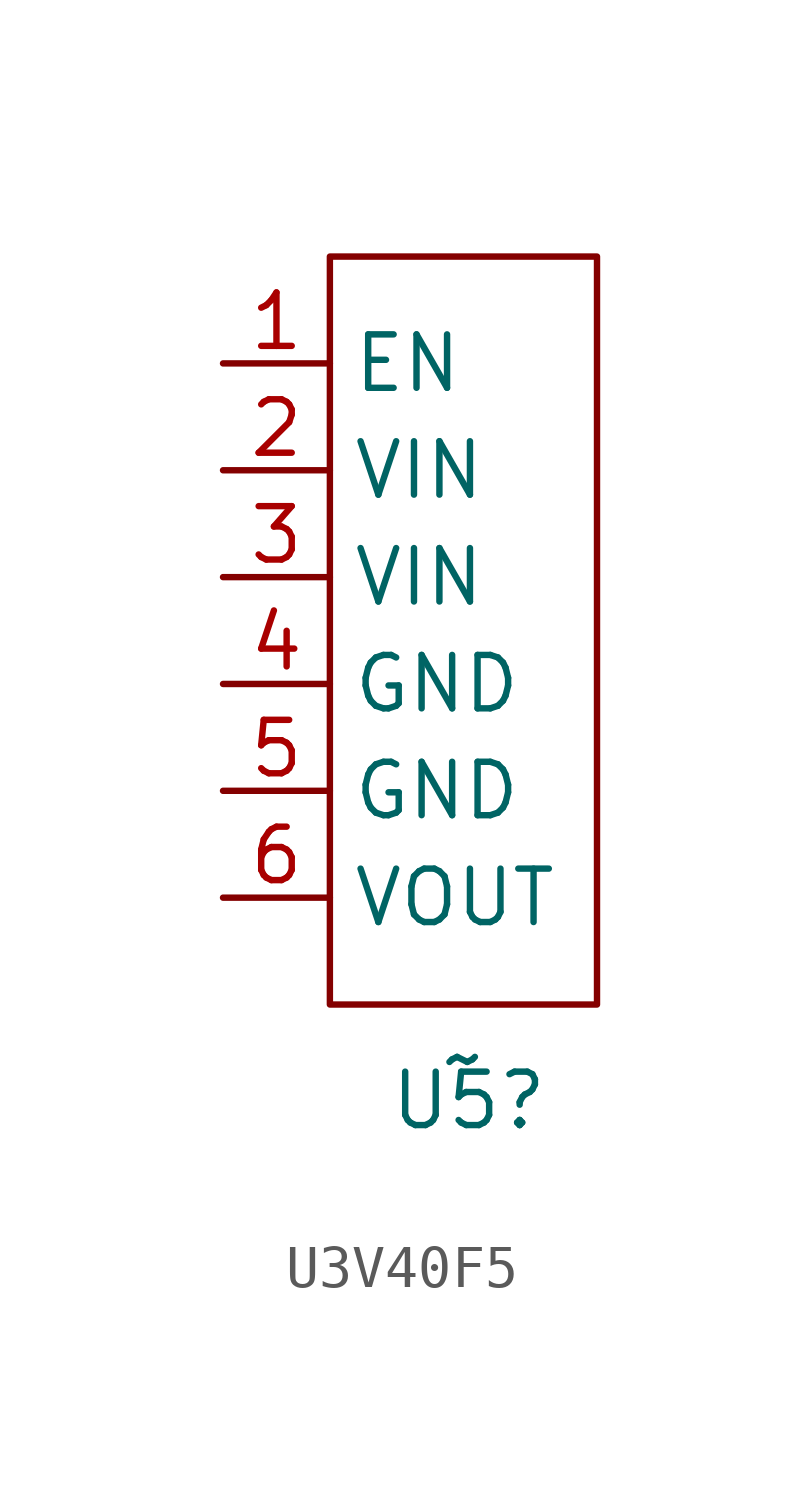
<source format=kicad_sym>
(kicad_symbol_lib
  (version 20231120)
  (generator "kicad_symbol_editor")
  (generator_version "8.0")
  (symbol "U3V40F5"
    (property "Reference" "U5"
      (at 8.382 -14.986 0)
      (effects (font (size 1.27 1.27))))
    (property "Value" "~"
      (at 8.255 -13.97 0)
      (effects (font (size 1.27 1.27))))
    (symbol "U3V40F5_0_1"
      (rectangle (start 5.08 -12.7) (end 11.43 5.08) (stroke (width 0) (type default)) (fill (type none))))
    (symbol "U3V40F5_1_1"
      (pin power_in line (at 2.54 2.54 0) (length 2.54) (name "EN" (effects (font (size 1.27 1.27)))) (number "1" (effects (font (size 1.27 1.27)))))
      (pin power_in line (at 2.54 0 0) (length 2.54) (name "VIN" (effects (font (size 1.27 1.27)))) (number "2" (effects (font (size 1.27 1.27)))))
      (pin power_in line (at 2.54 -2.54 0) (length 2.54) (name "VIN" (effects (font (size 1.27 1.27)))) (number "3" (effects (font (size 1.27 1.27)))))
      (pin passive line (at 2.54 -5.08 0) (length 2.54) (name "GND" (effects (font (size 1.27 1.27)))) (number "4" (effects (font (size 1.27 1.27)))))
      (pin passive line (at 2.54 -7.62 0) (length 2.54) (name "GND" (effects (font (size 1.27 1.27)))) (number "5" (effects (font (size 1.27 1.27)))))
      (pin power_out line (at 2.54 -10.16 0) (length 2.54) (name "VOUT" (effects (font (size 1.27 1.27)))) (number "6" (effects (font (size 1.27 1.27))))))))
</source>
